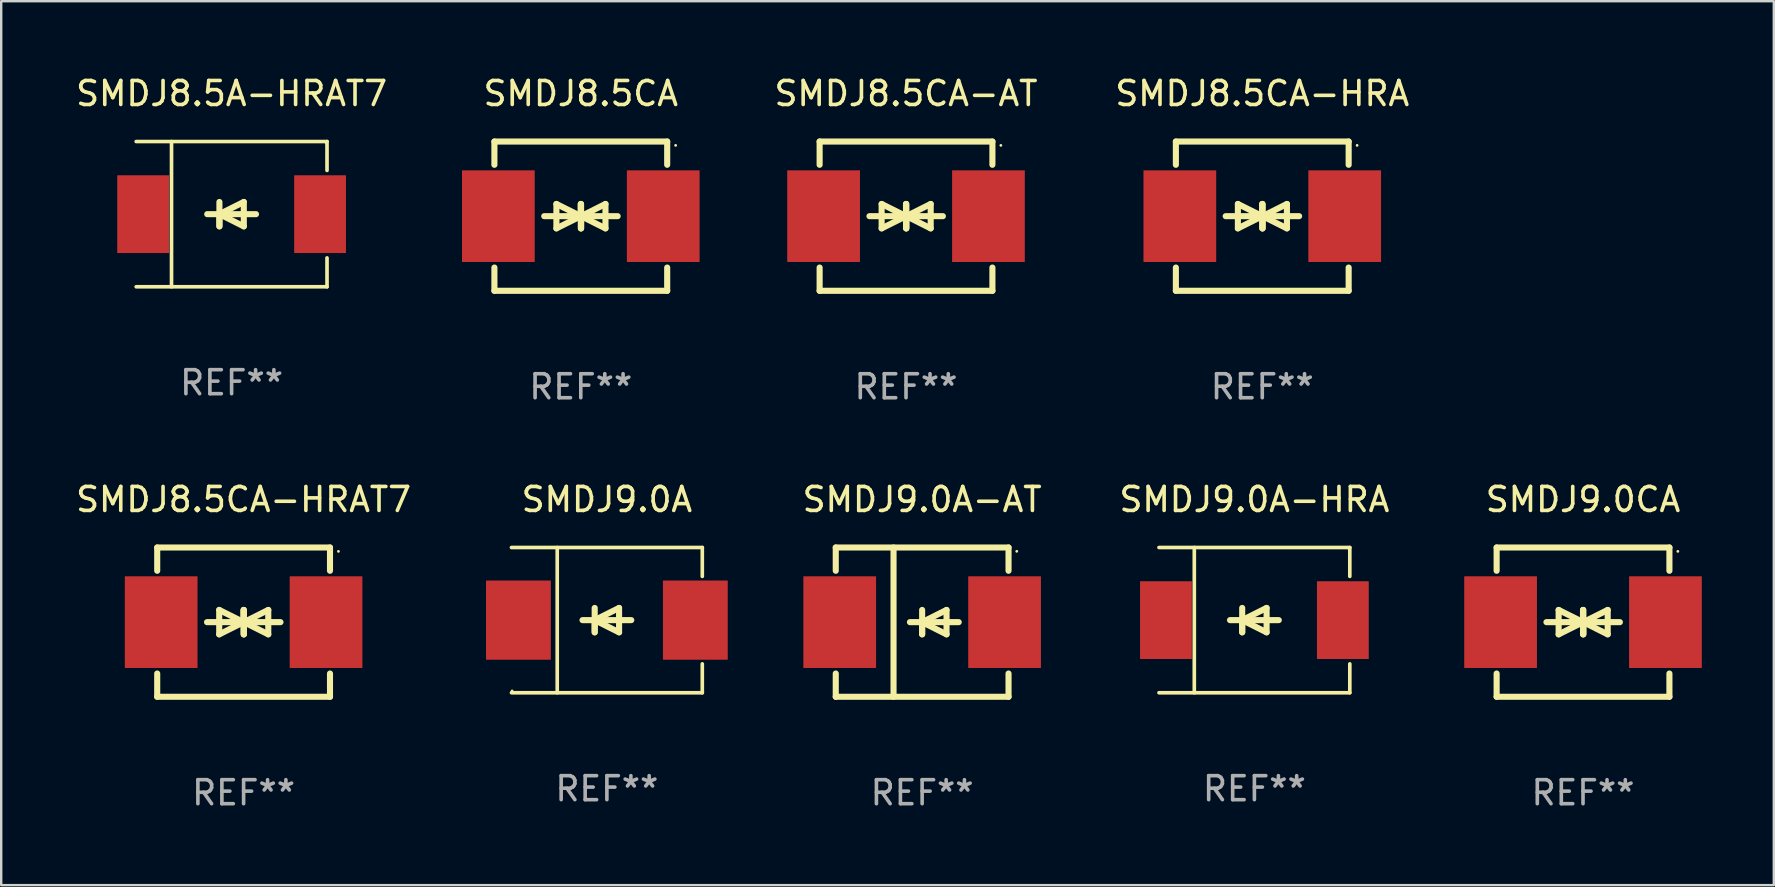
<source format=kicad_pcb>
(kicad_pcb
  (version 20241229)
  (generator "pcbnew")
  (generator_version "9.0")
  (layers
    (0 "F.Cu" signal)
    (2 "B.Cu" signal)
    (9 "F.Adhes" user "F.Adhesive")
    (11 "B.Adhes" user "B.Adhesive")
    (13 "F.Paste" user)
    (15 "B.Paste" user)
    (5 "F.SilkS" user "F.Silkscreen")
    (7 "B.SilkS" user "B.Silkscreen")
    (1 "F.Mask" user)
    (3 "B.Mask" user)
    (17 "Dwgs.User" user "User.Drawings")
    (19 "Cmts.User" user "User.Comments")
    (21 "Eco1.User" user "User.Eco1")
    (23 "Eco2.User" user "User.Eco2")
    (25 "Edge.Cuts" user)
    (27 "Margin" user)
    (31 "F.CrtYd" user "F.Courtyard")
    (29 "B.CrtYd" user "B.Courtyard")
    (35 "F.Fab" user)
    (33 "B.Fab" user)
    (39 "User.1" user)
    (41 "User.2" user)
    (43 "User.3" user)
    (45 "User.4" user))
  (footprint "SMDJ8.5CA-HRAT7"
    (layer "F.Cu")
    (at 7.101 22.875)
    (property "Reference" "SMDJ8.5CA-HRAT7" (at 0 -5.11 0) (layer "F.SilkS") (effects (font (size 1 1) (thickness 0.15))))
    (attr through_hole)
    (fp_line (start -3.6 -2.141) (end -3.6 -3.11) (stroke (width 0.254) (type solid)) (layer "F.SilkS"))
    (fp_line (start -3.6 3.11) (end -3.6 2.141) (stroke (width 0.254) (type solid)) (layer "F.SilkS"))
    (fp_line (start -1.524 0) (end 0.508 0) (stroke (width 0.254) (type solid)) (layer "F.SilkS"))
    (fp_line (start -1.016 -0.508) (end -1.016 0.508) (stroke (width 0.254) (type solid)) (layer "F.SilkS"))
    (fp_line (start -1.016 0.508) (end 0 0) (stroke (width 0.254) (type solid)) (layer "F.SilkS"))
    (fp_line (start 0 -0.508) (end 0 0.508) (stroke (width 0.254) (type solid)) (layer "F.SilkS"))
    (fp_line (start 0 0) (end -1.016 -0.508) (stroke (width 0.254) (type solid)) (layer "F.SilkS"))
    (fp_line (start 0 0) (end 0 -0.508) (stroke (width 0.254) (type solid)) (layer "F.SilkS"))
    (fp_line (start 0.012 0) (end 0.012 0.508) (stroke (width 0.254) (type solid)) (layer "F.SilkS"))
    (fp_line (start 0.012 0) (end 1.028 0.508) (stroke (width 0.254) (type solid)) (layer "F.SilkS"))
    (fp_line (start 0.012 0.508) (end 0.012 -0.508) (stroke (width 0.254) (type solid)) (layer "F.SilkS"))
    (fp_line (start 1.028 -0.508) (end 0.012 0) (stroke (width 0.254) (type solid)) (layer "F.SilkS"))
    (fp_line (start 1.028 0.508) (end 1.028 -0.508) (stroke (width 0.254) (type solid)) (layer "F.SilkS"))
    (fp_line (start 1.536 0) (end -0.496 0) (stroke (width 0.254) (type solid)) (layer "F.SilkS"))
    (fp_line (start 3.6 -3.11) (end -3.6 -3.11) (stroke (width 0.254) (type solid)) (layer "F.SilkS"))
    (fp_line (start 3.6 -2.141) (end 3.6 -3.11) (stroke (width 0.254) (type solid)) (layer "F.SilkS"))
    (fp_line (start 3.6 3.11) (end -3.6 3.11) (stroke (width 0.254) (type solid)) (layer "F.SilkS"))
    (fp_line (start 3.6 3.11) (end 3.6 2.141) (stroke (width 0.254) (type solid)) (layer "F.SilkS"))
    (fp_circle (center 3.952 -2.95) (end 3.982 -2.95) (stroke (width 0.06) (type solid)) (fill no) (layer "F.SilkS"))
    (fp_text user "REF**" (at 0 7.11 0) (layer "F.Fab") (effects (font (size 1 1) (thickness 0.15))))
    (pad "1" smd rect (at 3.435 0) (size 3.03 3.82) (layers "F.Cu" "F.Mask" "F.Paste"))
    (pad "2" smd rect (at -3.435 0) (size 3.03 3.82) (layers "F.Cu" "F.Mask" "F.Paste")))
  (footprint "SMDJ8.5CA"
    (layer "F.Cu")
    (at 21.152 5.958)
    (property "Reference" "SMDJ8.5CA" (at 0 -5.11 0) (layer "F.SilkS") (effects (font (size 1 1) (thickness 0.15))))
    (attr through_hole)
    (fp_line (start -3.6 -2.141) (end -3.6 -3.11) (stroke (width 0.254) (type solid)) (layer "F.SilkS"))
    (fp_line (start -3.6 3.11) (end -3.6 2.141) (stroke (width 0.254) (type solid)) (layer "F.SilkS"))
    (fp_line (start -1.524 0) (end 0.508 0) (stroke (width 0.254) (type solid)) (layer "F.SilkS"))
    (fp_line (start -1.016 -0.508) (end -1.016 0.508) (stroke (width 0.254) (type solid)) (layer "F.SilkS"))
    (fp_line (start -1.016 0.508) (end 0 0) (stroke (width 0.254) (type solid)) (layer "F.SilkS"))
    (fp_line (start 0 -0.508) (end 0 0.508) (stroke (width 0.254) (type solid)) (layer "F.SilkS"))
    (fp_line (start 0 0) (end -1.016 -0.508) (stroke (width 0.254) (type solid)) (layer "F.SilkS"))
    (fp_line (start 0 0) (end 0 -0.508) (stroke (width 0.254) (type solid)) (layer "F.SilkS"))
    (fp_line (start 0.012 0) (end 0.012 0.508) (stroke (width 0.254) (type solid)) (layer "F.SilkS"))
    (fp_line (start 0.012 0) (end 1.028 0.508) (stroke (width 0.254) (type solid)) (layer "F.SilkS"))
    (fp_line (start 0.012 0.508) (end 0.012 -0.508) (stroke (width 0.254) (type solid)) (layer "F.SilkS"))
    (fp_line (start 1.028 -0.508) (end 0.012 0) (stroke (width 0.254) (type solid)) (layer "F.SilkS"))
    (fp_line (start 1.028 0.508) (end 1.028 -0.508) (stroke (width 0.254) (type solid)) (layer "F.SilkS"))
    (fp_line (start 1.536 0) (end -0.496 0) (stroke (width 0.254) (type solid)) (layer "F.SilkS"))
    (fp_line (start 3.6 -3.11) (end -3.6 -3.11) (stroke (width 0.254) (type solid)) (layer "F.SilkS"))
    (fp_line (start 3.6 -2.141) (end 3.6 -3.11) (stroke (width 0.254) (type solid)) (layer "F.SilkS"))
    (fp_line (start 3.6 3.11) (end -3.6 3.11) (stroke (width 0.254) (type solid)) (layer "F.SilkS"))
    (fp_line (start 3.6 3.11) (end 3.6 2.141) (stroke (width 0.254) (type solid)) (layer "F.SilkS"))
    (fp_circle (center 3.952 -2.95) (end 3.982 -2.95) (stroke (width 0.06) (type solid)) (fill no) (layer "F.SilkS"))
    (fp_text user "REF**" (at 0 7.11 0) (layer "F.Fab") (effects (font (size 1 1) (thickness 0.15))))
    (pad "1" smd rect (at 3.435 0) (size 3.03 3.82) (layers "F.Cu" "F.Mask" "F.Paste"))
    (pad "2" smd rect (at -3.435 0) (size 3.03 3.82) (layers "F.Cu" "F.Mask" "F.Paste")))
  (footprint "SMDJ9.0A"
    (layer "F.Cu")
    (at 22.239 22.791)
    (property "Reference" "SMDJ9.0A" (at 0 -5.026 0) (layer "F.SilkS") (effects (font (size 1 1) (thickness 0.15))))
    (attr through_hole)
    (fp_line (start -3.976 -3.026) (end 3.976 -3.026) (stroke (width 0.152) (type solid)) (layer "F.SilkS"))
    (fp_line (start -3.976 3.026) (end 3.976 3.026) (stroke (width 0.152) (type solid)) (layer "F.SilkS"))
    (fp_line (start -2.069 -3.026) (end -2.069 3.026) (stroke (width 0.152) (type solid)) (layer "F.SilkS"))
    (fp_line (start -0.508 0) (end -0.508 0.508) (stroke (width 0.254) (type solid)) (layer "F.SilkS"))
    (fp_line (start -0.508 0) (end 0.508 0.508) (stroke (width 0.254) (type solid)) (layer "F.SilkS"))
    (fp_line (start -0.508 0.508) (end -0.508 -0.508) (stroke (width 0.254) (type solid)) (layer "F.SilkS"))
    (fp_line (start 0.508 -0.508) (end -0.508 0) (stroke (width 0.254) (type solid)) (layer "F.SilkS"))
    (fp_line (start 0.508 0.508) (end 0.508 -0.508) (stroke (width 0.254) (type solid)) (layer "F.SilkS"))
    (fp_line (start 1.016 0) (end -1.016 0) (stroke (width 0.254) (type solid)) (layer "F.SilkS"))
    (fp_line (start 3.976 -3.026) (end 3.976 -1.823) (stroke (width 0.152) (type solid)) (layer "F.SilkS"))
    (fp_line (start 3.976 3.026) (end 3.976 1.823) (stroke (width 0.152) (type solid)) (layer "F.SilkS"))
    (fp_circle (center -3.95 2.95) (end -3.92 2.95) (stroke (width 0.06) (type solid)) (fill no) (layer "F.SilkS"))
    (fp_text user "REF**" (at 0 7.026 0) (layer "F.Fab") (effects (font (size 1 1) (thickness 0.15))))
    (pad "1" smd rect (at -3.686 0) (size 2.7 3.3) (layers "F.Cu" "F.Mask" "F.Paste"))
    (pad "2" smd rect (at 3.686 0) (size 2.7 3.3) (layers "F.Cu" "F.Mask" "F.Paste")))
  (footprint "SMDJ9.0A-HRA"
    (layer "F.Cu")
    (at 49.221 22.791)
    (property "Reference" "SMDJ9.0A-HRA" (at 0 -5.026 0) (layer "F.SilkS") (effects (font (size 1 1) (thickness 0.15))))
    (attr through_hole)
    (fp_line (start -3.976 -3.026) (end 3.976 -3.026) (stroke (width 0.152) (type solid)) (layer "F.SilkS"))
    (fp_line (start -3.976 3.026) (end 3.976 3.026) (stroke (width 0.152) (type solid)) (layer "F.SilkS"))
    (fp_line (start -2.504 -3.026) (end -2.504 3.026) (stroke (width 0.152) (type solid)) (layer "F.SilkS"))
    (fp_line (start -0.508 0) (end -0.508 0.508) (stroke (width 0.254) (type solid)) (layer "F.SilkS"))
    (fp_line (start -0.508 0) (end 0.508 0.508) (stroke (width 0.254) (type solid)) (layer "F.SilkS"))
    (fp_line (start -0.508 0.508) (end -0.508 -0.508) (stroke (width 0.254) (type solid)) (layer "F.SilkS"))
    (fp_line (start 0.508 -0.508) (end -0.508 0) (stroke (width 0.254) (type solid)) (layer "F.SilkS"))
    (fp_line (start 0.508 0.508) (end 0.508 -0.508) (stroke (width 0.254) (type solid)) (layer "F.SilkS"))
    (fp_line (start 1.016 0) (end -1.016 0) (stroke (width 0.254) (type solid)) (layer "F.SilkS"))
    (fp_line (start 3.976 -3.026) (end 3.976 -1.823) (stroke (width 0.152) (type solid)) (layer "F.SilkS"))
    (fp_line (start 3.976 3.026) (end 3.976 1.823) (stroke (width 0.152) (type solid)) (layer "F.SilkS"))
    (fp_circle (center 3.95 -2.95) (end 3.98 -2.95) (stroke (width 0.06) (type solid)) (fill no) (layer "F.SilkS"))
    (fp_text user "REF**" (at 0 7.026 0) (layer "F.Fab") (effects (font (size 1 1) (thickness 0.15))))
    (pad "1" smd rect (at 3.686 0 180) (size 2.158 3.24) (layers "F.Cu" "F.Mask" "F.Paste"))
    (pad "2" smd rect (at -3.686 0 180) (size 2.158 3.24) (layers "F.Cu" "F.Mask" "F.Paste")))
  (footprint "SMDJ8.5CA-AT"
    (layer "F.Cu")
    (at 34.704 5.958)
    (property "Reference" "SMDJ8.5CA-AT" (at 0 -5.11 0) (layer "F.SilkS") (effects (font (size 1 1) (thickness 0.15))))
    (attr through_hole)
    (fp_line (start -3.6 -2.141) (end -3.6 -3.11) (stroke (width 0.254) (type solid)) (layer "F.SilkS"))
    (fp_line (start -3.6 3.11) (end -3.6 2.141) (stroke (width 0.254) (type solid)) (layer "F.SilkS"))
    (fp_line (start -1.524 0) (end 0.508 0) (stroke (width 0.254) (type solid)) (layer "F.SilkS"))
    (fp_line (start -1.016 -0.508) (end -1.016 0.508) (stroke (width 0.254) (type solid)) (layer "F.SilkS"))
    (fp_line (start -1.016 0.508) (end 0 0) (stroke (width 0.254) (type solid)) (layer "F.SilkS"))
    (fp_line (start 0 -0.508) (end 0 0.508) (stroke (width 0.254) (type solid)) (layer "F.SilkS"))
    (fp_line (start 0 0) (end -1.016 -0.508) (stroke (width 0.254) (type solid)) (layer "F.SilkS"))
    (fp_line (start 0 0) (end 0 -0.508) (stroke (width 0.254) (type solid)) (layer "F.SilkS"))
    (fp_line (start 0.012 0) (end 0.012 0.508) (stroke (width 0.254) (type solid)) (layer "F.SilkS"))
    (fp_line (start 0.012 0) (end 1.028 0.508) (stroke (width 0.254) (type solid)) (layer "F.SilkS"))
    (fp_line (start 0.012 0.508) (end 0.012 -0.508) (stroke (width 0.254) (type solid)) (layer "F.SilkS"))
    (fp_line (start 1.028 -0.508) (end 0.012 0) (stroke (width 0.254) (type solid)) (layer "F.SilkS"))
    (fp_line (start 1.028 0.508) (end 1.028 -0.508) (stroke (width 0.254) (type solid)) (layer "F.SilkS"))
    (fp_line (start 1.536 0) (end -0.496 0) (stroke (width 0.254) (type solid)) (layer "F.SilkS"))
    (fp_line (start 3.6 -3.11) (end -3.6 -3.11) (stroke (width 0.254) (type solid)) (layer "F.SilkS"))
    (fp_line (start 3.6 -2.141) (end 3.6 -3.11) (stroke (width 0.254) (type solid)) (layer "F.SilkS"))
    (fp_line (start 3.6 3.11) (end -3.6 3.11) (stroke (width 0.254) (type solid)) (layer "F.SilkS"))
    (fp_line (start 3.6 3.11) (end 3.6 2.141) (stroke (width 0.254) (type solid)) (layer "F.SilkS"))
    (fp_circle (center 3.952 -2.95) (end 3.982 -2.95) (stroke (width 0.06) (type solid)) (fill no) (layer "F.SilkS"))
    (fp_text user "REF**" (at 0 7.11 0) (layer "F.Fab") (effects (font (size 1 1) (thickness 0.15))))
    (pad "1" smd rect (at 3.435 0) (size 3.03 3.82) (layers "F.Cu" "F.Mask" "F.Paste"))
    (pad "2" smd rect (at -3.435 0) (size 3.03 3.82) (layers "F.Cu" "F.Mask" "F.Paste")))
  (footprint "SMDJ8.5CA-HRA"
    (layer "F.Cu")
    (at 49.549 5.958)
    (property "Reference" "SMDJ8.5CA-HRA" (at 0 -5.11 0) (layer "F.SilkS") (effects (font (size 1 1) (thickness 0.15))))
    (attr through_hole)
    (fp_line (start -3.6 -2.141) (end -3.6 -3.11) (stroke (width 0.254) (type solid)) (layer "F.SilkS"))
    (fp_line (start -3.6 3.11) (end -3.6 2.141) (stroke (width 0.254) (type solid)) (layer "F.SilkS"))
    (fp_line (start -1.524 0) (end 0.508 0) (stroke (width 0.254) (type solid)) (layer "F.SilkS"))
    (fp_line (start -1.016 -0.508) (end -1.016 0.508) (stroke (width 0.254) (type solid)) (layer "F.SilkS"))
    (fp_line (start -1.016 0.508) (end 0 0) (stroke (width 0.254) (type solid)) (layer "F.SilkS"))
    (fp_line (start 0 -0.508) (end 0 0.508) (stroke (width 0.254) (type solid)) (layer "F.SilkS"))
    (fp_line (start 0 0) (end -1.016 -0.508) (stroke (width 0.254) (type solid)) (layer "F.SilkS"))
    (fp_line (start 0 0) (end 0 -0.508) (stroke (width 0.254) (type solid)) (layer "F.SilkS"))
    (fp_line (start 0.012 0) (end 0.012 0.508) (stroke (width 0.254) (type solid)) (layer "F.SilkS"))
    (fp_line (start 0.012 0) (end 1.028 0.508) (stroke (width 0.254) (type solid)) (layer "F.SilkS"))
    (fp_line (start 0.012 0.508) (end 0.012 -0.508) (stroke (width 0.254) (type solid)) (layer "F.SilkS"))
    (fp_line (start 1.028 -0.508) (end 0.012 0) (stroke (width 0.254) (type solid)) (layer "F.SilkS"))
    (fp_line (start 1.028 0.508) (end 1.028 -0.508) (stroke (width 0.254) (type solid)) (layer "F.SilkS"))
    (fp_line (start 1.536 0) (end -0.496 0) (stroke (width 0.254) (type solid)) (layer "F.SilkS"))
    (fp_line (start 3.6 -3.11) (end -3.6 -3.11) (stroke (width 0.254) (type solid)) (layer "F.SilkS"))
    (fp_line (start 3.6 -2.141) (end 3.6 -3.11) (stroke (width 0.254) (type solid)) (layer "F.SilkS"))
    (fp_line (start 3.6 3.11) (end -3.6 3.11) (stroke (width 0.254) (type solid)) (layer "F.SilkS"))
    (fp_line (start 3.6 3.11) (end 3.6 2.141) (stroke (width 0.254) (type solid)) (layer "F.SilkS"))
    (fp_circle (center 3.952 -2.95) (end 3.982 -2.95) (stroke (width 0.06) (type solid)) (fill no) (layer "F.SilkS"))
    (fp_text user "REF**" (at 0 7.11 0) (layer "F.Fab") (effects (font (size 1 1) (thickness 0.15))))
    (pad "1" smd rect (at 3.435 0) (size 3.03 3.82) (layers "F.Cu" "F.Mask" "F.Paste"))
    (pad "2" smd rect (at -3.435 0) (size 3.03 3.82) (layers "F.Cu" "F.Mask" "F.Paste")))
  (footprint "SMDJ9.0A-AT"
    (layer "F.Cu")
    (at 35.376 22.875)
    (property "Reference" "SMDJ9.0A-AT" (at 0 -5.11 0) (layer "F.SilkS") (effects (font (size 1 1) (thickness 0.15))))
    (attr through_hole)
    (fp_line (start -3.6 -3.11) (end -3.6 -2.141) (stroke (width 0.254) (type solid)) (layer "F.SilkS"))
    (fp_line (start -3.6 -3.11) (end 3.6 -3.11) (stroke (width 0.254) (type solid)) (layer "F.SilkS"))
    (fp_line (start -3.6 2.141) (end -3.6 3.11) (stroke (width 0.254) (type solid)) (layer "F.SilkS"))
    (fp_line (start -3.6 3.11) (end 3.6 3.11) (stroke (width 0.254) (type solid)) (layer "F.SilkS"))
    (fp_line (start -1.192 -3.11) (end -1.192 3.11) (stroke (width 0.254) (type solid)) (layer "F.SilkS"))
    (fp_line (start 0 0) (end 0 0.508) (stroke (width 0.254) (type solid)) (layer "F.SilkS"))
    (fp_line (start 0 0) (end 1.016 0.508) (stroke (width 0.254) (type solid)) (layer "F.SilkS"))
    (fp_line (start 0 0.508) (end 0 -0.508) (stroke (width 0.254) (type solid)) (layer "F.SilkS"))
    (fp_line (start 1.016 -0.508) (end 0 0) (stroke (width 0.254) (type solid)) (layer "F.SilkS"))
    (fp_line (start 1.016 0.508) (end 1.016 -0.508) (stroke (width 0.254) (type solid)) (layer "F.SilkS"))
    (fp_line (start 1.524 0) (end -0.508 0) (stroke (width 0.254) (type solid)) (layer "F.SilkS"))
    (fp_line (start 3.6 -3.11) (end 3.6 -2.141) (stroke (width 0.254) (type solid)) (layer "F.SilkS"))
    (fp_line (start 3.6 2.141) (end 3.6 3.11) (stroke (width 0.254) (type solid)) (layer "F.SilkS"))
    (fp_circle (center 3.943 -2.952) (end 3.973 -2.952) (stroke (width 0.06) (type solid)) (fill no) (layer "F.SilkS"))
    (fp_text user "REF**" (at 0 7.11 0) (layer "F.Fab") (effects (font (size 1 1) (thickness 0.15))))
    (pad "1" smd rect (at 3.435 0 180) (size 3.03 3.82) (layers "F.Cu" "F.Mask" "F.Paste"))
    (pad "2" smd rect (at -3.435 0 180) (size 3.03 3.82) (layers "F.Cu" "F.Mask" "F.Paste")))
  (footprint "SMDJ8.5A-HRAT7"
    (layer "F.Cu")
    (at 6.601 5.874)
    (property "Reference" "SMDJ8.5A-HRAT7" (at 0 -5.026 0) (layer "F.SilkS") (effects (font (size 1 1) (thickness 0.15))))
    (attr through_hole)
    (fp_line (start -3.976 -3.026) (end 3.976 -3.026) (stroke (width 0.152) (type solid)) (layer "F.SilkS"))
    (fp_line (start -3.976 3.026) (end 3.976 3.026) (stroke (width 0.152) (type solid)) (layer "F.SilkS"))
    (fp_line (start -2.504 -3.026) (end -2.504 3.026) (stroke (width 0.152) (type solid)) (layer "F.SilkS"))
    (fp_line (start -0.508 0) (end -0.508 0.508) (stroke (width 0.254) (type solid)) (layer "F.SilkS"))
    (fp_line (start -0.508 0) (end 0.508 0.508) (stroke (width 0.254) (type solid)) (layer "F.SilkS"))
    (fp_line (start -0.508 0.508) (end -0.508 -0.508) (stroke (width 0.254) (type solid)) (layer "F.SilkS"))
    (fp_line (start 0.508 -0.508) (end -0.508 0) (stroke (width 0.254) (type solid)) (layer "F.SilkS"))
    (fp_line (start 0.508 0.508) (end 0.508 -0.508) (stroke (width 0.254) (type solid)) (layer "F.SilkS"))
    (fp_line (start 1.016 0) (end -1.016 0) (stroke (width 0.254) (type solid)) (layer "F.SilkS"))
    (fp_line (start 3.976 -3.026) (end 3.976 -1.823) (stroke (width 0.152) (type solid)) (layer "F.SilkS"))
    (fp_line (start 3.976 3.026) (end 3.976 1.823) (stroke (width 0.152) (type solid)) (layer "F.SilkS"))
    (fp_circle (center 3.95 -2.95) (end 3.98 -2.95) (stroke (width 0.06) (type solid)) (fill no) (layer "F.SilkS"))
    (fp_text user "REF**" (at 0 7.026 0) (layer "F.Fab") (effects (font (size 1 1) (thickness 0.15))))
    (pad "1" smd rect (at 3.686 0 180) (size 2.158 3.24) (layers "F.Cu" "F.Mask" "F.Paste"))
    (pad "2" smd rect (at -3.686 0 180) (size 2.158 3.24) (layers "F.Cu" "F.Mask" "F.Paste")))
  (footprint "SMDJ9.0CA"
    (layer "F.Cu")
    (at 62.915 22.875)
    (property "Reference" "SMDJ9.0CA" (at 0 -5.11 0) (layer "F.SilkS") (effects (font (size 1 1) (thickness 0.15))))
    (attr through_hole)
    (fp_line (start -3.6 -2.141) (end -3.6 -3.11) (stroke (width 0.254) (type solid)) (layer "F.SilkS"))
    (fp_line (start -3.6 3.11) (end -3.6 2.141) (stroke (width 0.254) (type solid)) (layer "F.SilkS"))
    (fp_line (start -1.524 0) (end 0.508 0) (stroke (width 0.254) (type solid)) (layer "F.SilkS"))
    (fp_line (start -1.016 -0.508) (end -1.016 0.508) (stroke (width 0.254) (type solid)) (layer "F.SilkS"))
    (fp_line (start -1.016 0.508) (end 0 0) (stroke (width 0.254) (type solid)) (layer "F.SilkS"))
    (fp_line (start 0 -0.508) (end 0 0.508) (stroke (width 0.254) (type solid)) (layer "F.SilkS"))
    (fp_line (start 0 0) (end -1.016 -0.508) (stroke (width 0.254) (type solid)) (layer "F.SilkS"))
    (fp_line (start 0 0) (end 0 -0.508) (stroke (width 0.254) (type solid)) (layer "F.SilkS"))
    (fp_line (start 0.012 0) (end 0.012 0.508) (stroke (width 0.254) (type solid)) (layer "F.SilkS"))
    (fp_line (start 0.012 0) (end 1.028 0.508) (stroke (width 0.254) (type solid)) (layer "F.SilkS"))
    (fp_line (start 0.012 0.508) (end 0.012 -0.508) (stroke (width 0.254) (type solid)) (layer "F.SilkS"))
    (fp_line (start 1.028 -0.508) (end 0.012 0) (stroke (width 0.254) (type solid)) (layer "F.SilkS"))
    (fp_line (start 1.028 0.508) (end 1.028 -0.508) (stroke (width 0.254) (type solid)) (layer "F.SilkS"))
    (fp_line (start 1.536 0) (end -0.496 0) (stroke (width 0.254) (type solid)) (layer "F.SilkS"))
    (fp_line (start 3.6 -3.11) (end -3.6 -3.11) (stroke (width 0.254) (type solid)) (layer "F.SilkS"))
    (fp_line (start 3.6 -2.141) (end 3.6 -3.11) (stroke (width 0.254) (type solid)) (layer "F.SilkS"))
    (fp_line (start 3.6 3.11) (end -3.6 3.11) (stroke (width 0.254) (type solid)) (layer "F.SilkS"))
    (fp_line (start 3.6 3.11) (end 3.6 2.141) (stroke (width 0.254) (type solid)) (layer "F.SilkS"))
    (fp_circle (center 3.952 -2.95) (end 3.982 -2.95) (stroke (width 0.06) (type solid)) (fill no) (layer "F.SilkS"))
    (fp_text user "REF**" (at 0 7.11 0) (layer "F.Fab") (effects (font (size 1 1) (thickness 0.15))))
    (pad "1" smd rect (at 3.435 0) (size 3.03 3.82) (layers "F.Cu" "F.Mask" "F.Paste"))
    (pad "2" smd rect (at -3.435 0) (size 3.03 3.82) (layers "F.Cu" "F.Mask" "F.Paste")))
  (gr_rect
    (start -3 -3)
    (end 70.865 33.833)
    (stroke (width 0.1) (type default))
    (fill no)
    (layer "Edge.Cuts")))
</source>
